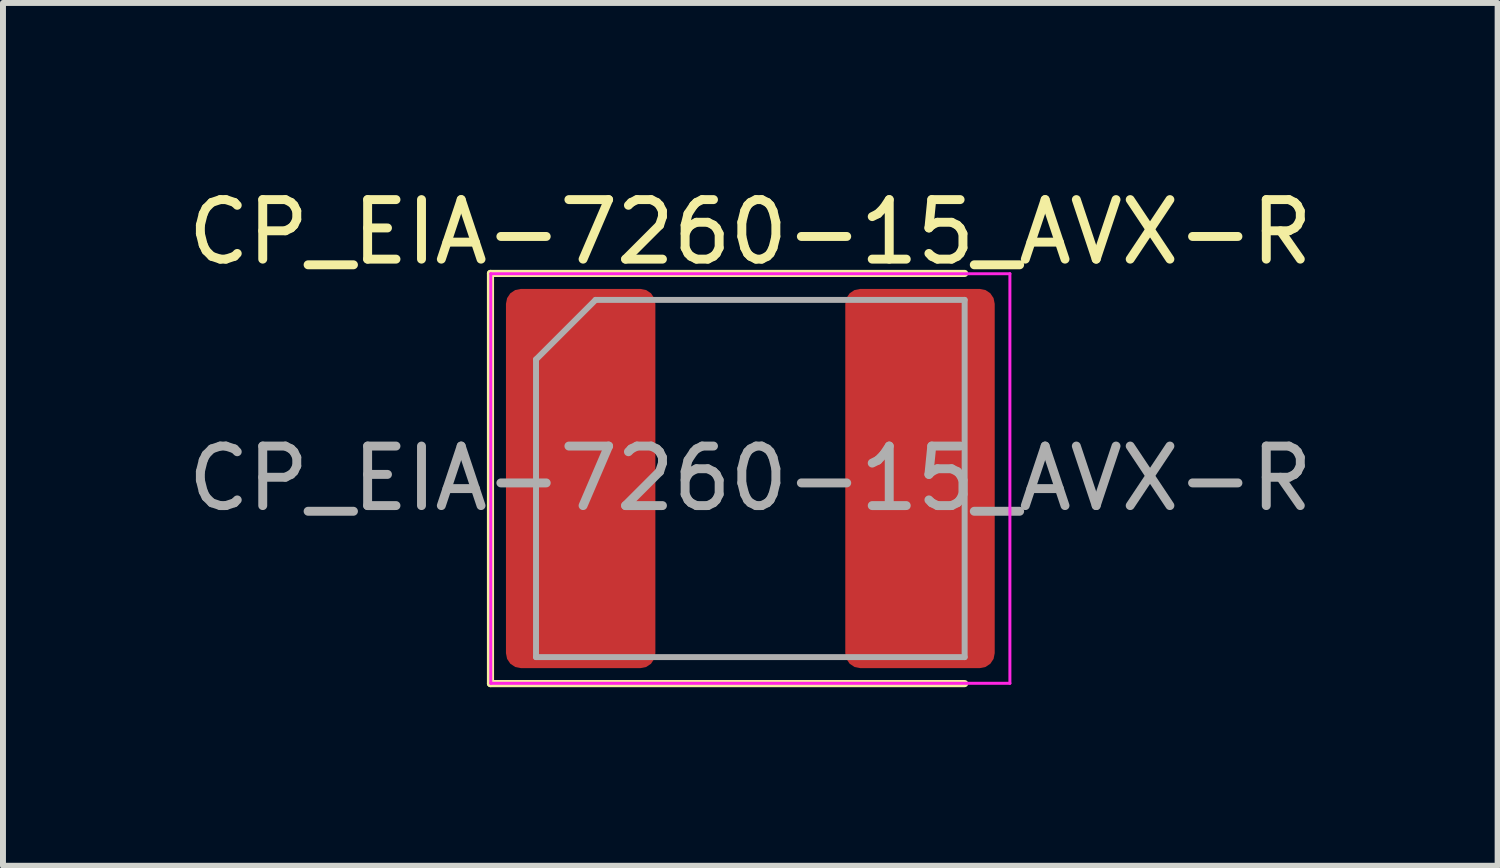
<source format=kicad_pcb>
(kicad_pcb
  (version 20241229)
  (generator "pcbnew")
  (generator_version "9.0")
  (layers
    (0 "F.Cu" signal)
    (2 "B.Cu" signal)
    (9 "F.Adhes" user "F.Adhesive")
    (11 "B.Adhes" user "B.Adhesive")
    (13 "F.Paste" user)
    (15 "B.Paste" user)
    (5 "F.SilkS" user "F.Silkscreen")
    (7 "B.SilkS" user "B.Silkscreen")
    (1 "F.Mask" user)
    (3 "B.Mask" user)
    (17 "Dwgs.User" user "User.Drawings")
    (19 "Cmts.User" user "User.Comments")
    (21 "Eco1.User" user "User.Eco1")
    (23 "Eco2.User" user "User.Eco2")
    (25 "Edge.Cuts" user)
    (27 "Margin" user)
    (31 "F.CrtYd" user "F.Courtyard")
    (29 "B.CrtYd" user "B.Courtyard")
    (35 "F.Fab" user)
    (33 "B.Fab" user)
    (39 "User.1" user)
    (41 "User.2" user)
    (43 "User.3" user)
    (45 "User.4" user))
  (footprint "CP_EIA-7260-15_AVX-R"
    (layer "F.Cu")
    (at 9.554 4.988)
    (property "Reference" "CP_EIA-7260-15_AVX-R" (at 0 -4.14 0) (layer "F.SilkS") (effects (font (size 1 1) (thickness 0.15))))
    (attr smd)
    (fp_line (start -4.365 -3.445) (end -4.365 3.445) (stroke (width 0.12) (type solid)) (layer "F.SilkS"))
    (fp_line (start -4.365 3.445) (end 3.6 3.445) (stroke (width 0.12) (type solid)) (layer "F.SilkS"))
    (fp_line (start 3.6 -3.445) (end -4.365 -3.445) (stroke (width 0.12) (type solid)) (layer "F.SilkS"))
    (fp_line (start -4.36 -3.44) (end 4.36 -3.44) (stroke (width 0.05) (type solid)) (layer "F.CrtYd"))
    (fp_line (start -4.36 3.44) (end -4.36 -3.44) (stroke (width 0.05) (type solid)) (layer "F.CrtYd"))
    (fp_line (start 4.36 -3.44) (end 4.36 3.44) (stroke (width 0.05) (type solid)) (layer "F.CrtYd"))
    (fp_line (start 4.36 3.44) (end -4.36 3.44) (stroke (width 0.05) (type solid)) (layer "F.CrtYd"))
    (fp_line (start -3.6 -2) (end -3.6 3) (stroke (width 0.1) (type solid)) (layer "F.Fab"))
    (fp_line (start -3.6 3) (end 3.6 3) (stroke (width 0.1) (type solid)) (layer "F.Fab"))
    (fp_line (start -2.6 -3) (end -3.6 -2) (stroke (width 0.1) (type solid)) (layer "F.Fab"))
    (fp_line (start 3.6 -3) (end -2.6 -3) (stroke (width 0.1) (type solid)) (layer "F.Fab"))
    (fp_line (start 3.6 3) (end 3.6 -3) (stroke (width 0.1) (type solid)) (layer "F.Fab"))
    (fp_text user "${REFERENCE}" (at 0 0 0) (layer "F.Fab") (effects (font (size 1 1) (thickness 0.15))))
    (pad "1" smd roundrect (at -2.85 0) (size 2.51 6.37) (layers "F.Cu" "F.Mask" "F.Paste") (roundrect_rratio 0.1))
    (pad "2" smd roundrect (at 2.85 0) (size 2.51 6.37) (layers "F.Cu" "F.Mask" "F.Paste") (roundrect_rratio 0.1)))
  (gr_rect
    (start -3 -3)
    (end 22.107 11.493)
    (stroke (width 0.1) (type default))
    (fill no)
    (layer "Edge.Cuts")))
</source>
